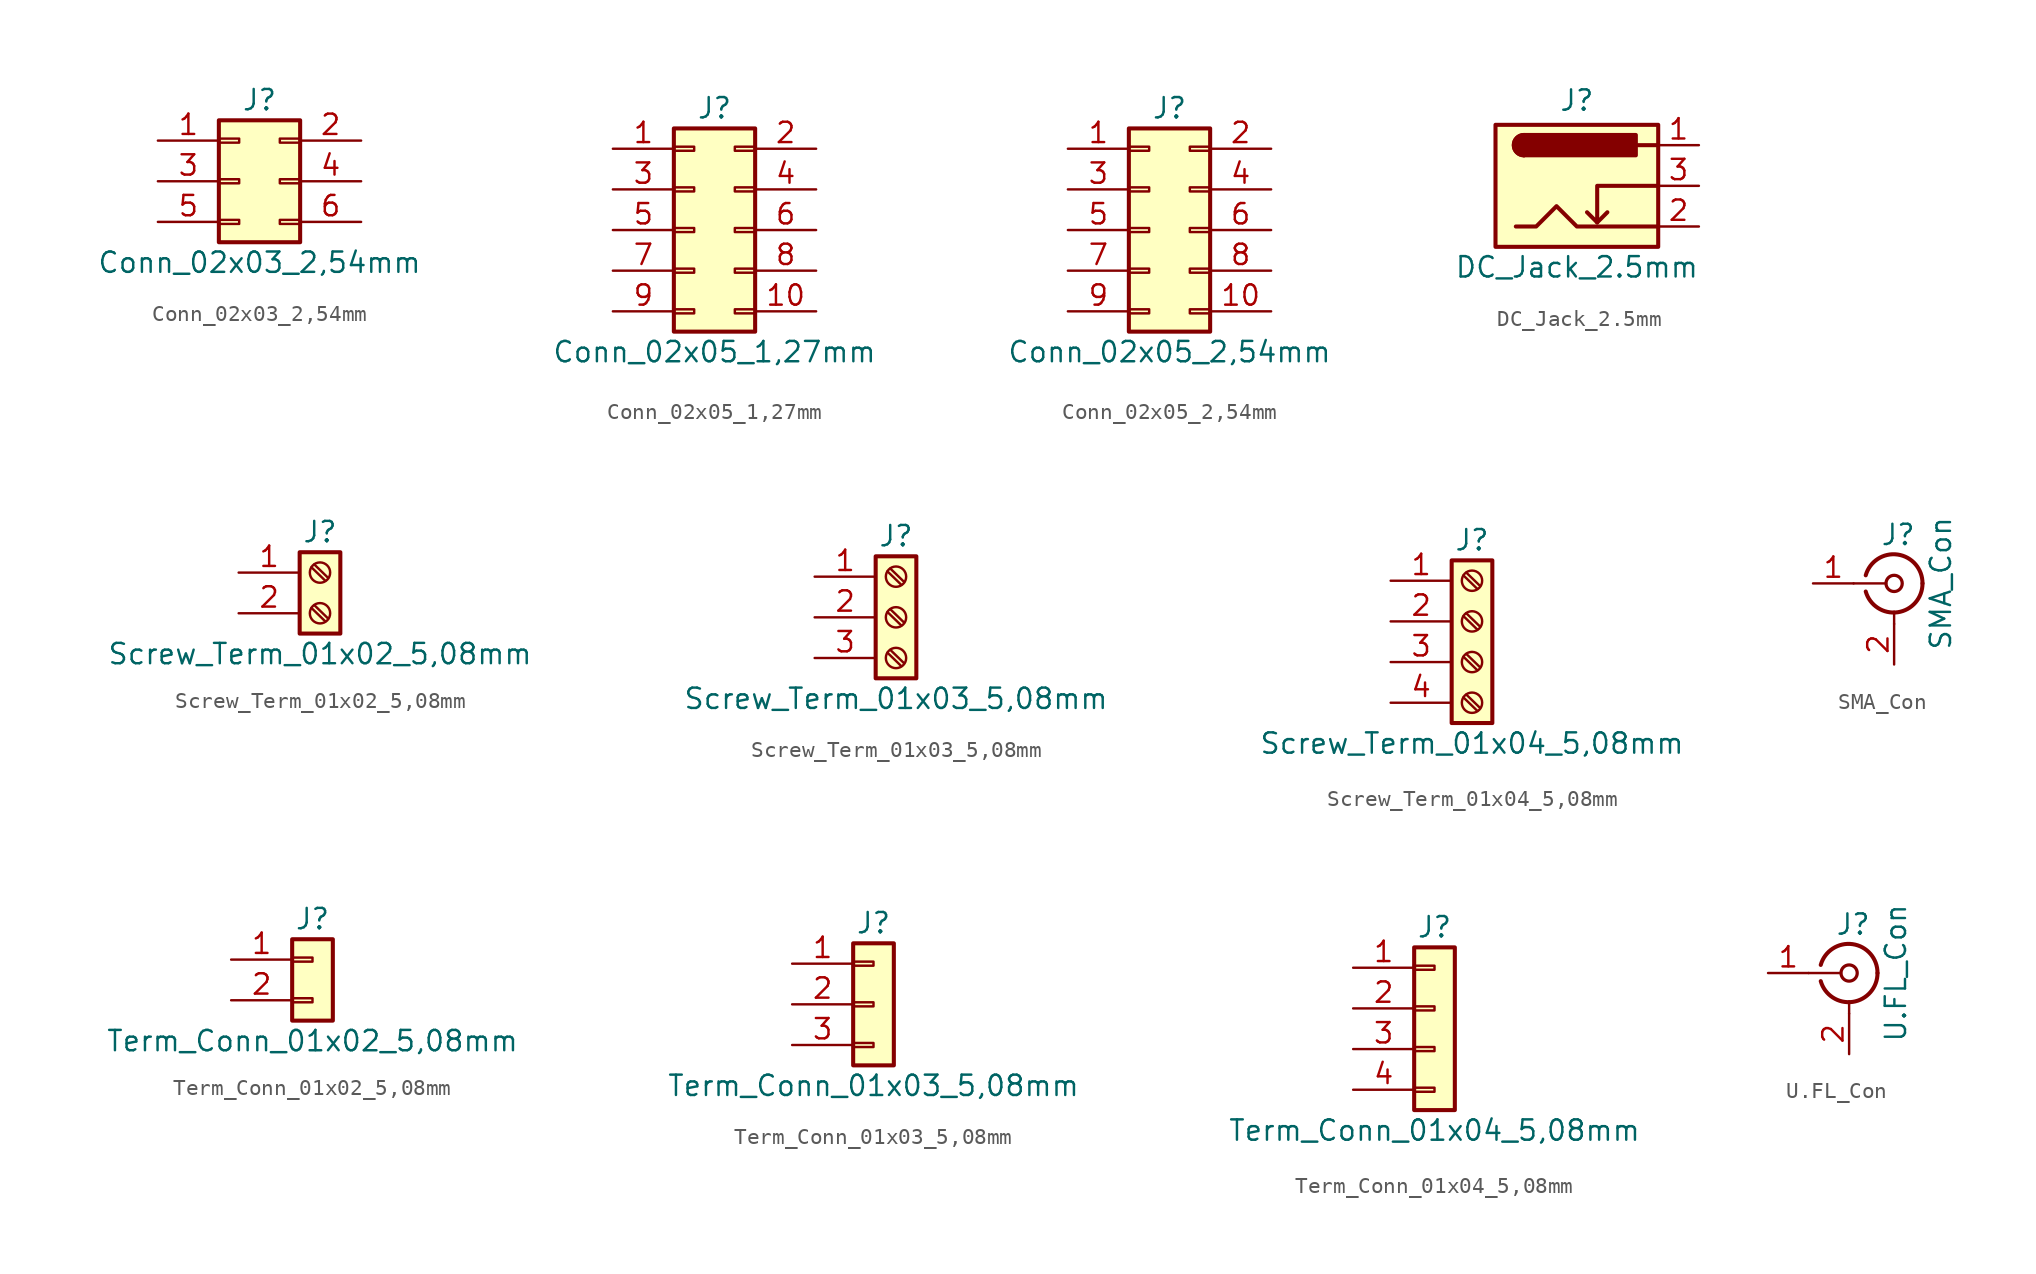
<source format=kicad_sym>
(kicad_symbol_lib
  (version 20211014)
  (generator kicad_symbol_editor)
  (symbol "Conn_02x03_2,54mm"
    (pin_names
      (offset 1.016) hide)
    (property "Reference" "J"
      (at 1.27 5.08 0)
      (effects (font (size 1.27 1.27))))
    (property "Value" "Conn_02x03_2,54mm"
      (at 1.27 -5.08 0)
      (effects (font (size 1.27 1.27))))
    (symbol "Conn_02x03_2,54mm_1_1"
      (rectangle (start -1.27 -2.413) (end 0 -2.667) (stroke (width 0.152) (type default) (color 0 0 0 0)) (fill (type none)))
      (rectangle (start -1.27 0.127) (end 0 -0.127) (stroke (width 0.152) (type default) (color 0 0 0 0)) (fill (type none)))
      (rectangle (start -1.27 2.667) (end 0 2.413) (stroke (width 0.152) (type default) (color 0 0 0 0)) (fill (type none)))
      (rectangle (start -1.27 3.81) (end 3.81 -3.81) (stroke (width 0.254) (type default) (color 0 0 0 0)) (fill (type background)))
      (rectangle (start 3.81 -2.413) (end 2.54 -2.667) (stroke (width 0.152) (type default) (color 0 0 0 0)) (fill (type none)))
      (rectangle (start 3.81 0.127) (end 2.54 -0.127) (stroke (width 0.152) (type default) (color 0 0 0 0)) (fill (type none)))
      (rectangle (start 3.81 2.667) (end 2.54 2.413) (stroke (width 0.152) (type default) (color 0 0 0 0)) (fill (type none)))
      (pin passive line (at -5.08 2.54 0) (length 3.81) (name "Pin_1" (effects (font (size 1.27 1.27)))) (number "1" (effects (font (size 1.27 1.27)))))
      (pin passive line (at 7.62 2.54 180) (length 3.81) (name "Pin_2" (effects (font (size 1.27 1.27)))) (number "2" (effects (font (size 1.27 1.27)))))
      (pin passive line (at -5.08 0 0) (length 3.81) (name "Pin_3" (effects (font (size 1.27 1.27)))) (number "3" (effects (font (size 1.27 1.27)))))
      (pin passive line (at 7.62 0 180) (length 3.81) (name "Pin_4" (effects (font (size 1.27 1.27)))) (number "4" (effects (font (size 1.27 1.27)))))
      (pin passive line (at -5.08 -2.54 0) (length 3.81) (name "Pin_5" (effects (font (size 1.27 1.27)))) (number "5" (effects (font (size 1.27 1.27)))))
      (pin passive line (at 7.62 -2.54 180) (length 3.81) (name "Pin_6" (effects (font (size 1.27 1.27)))) (number "6" (effects (font (size 1.27 1.27)))))))
  (symbol "Conn_02x05_1,27mm"
    (pin_names
      (offset 1.016) hide)
    (property "Reference" "J"
      (at 1.27 7.62 0)
      (effects (font (size 1.27 1.27))))
    (property "Value" "Conn_02x05_1,27mm"
      (at 1.27 -7.62 0)
      (effects (font (size 1.27 1.27))))
    (symbol "Conn_02x05_1,27mm_1_1"
      (rectangle (start -1.27 -4.953) (end 0 -5.207) (stroke (width 0.152) (type default) (color 0 0 0 0)) (fill (type none)))
      (rectangle (start -1.27 -2.413) (end 0 -2.667) (stroke (width 0.152) (type default) (color 0 0 0 0)) (fill (type none)))
      (rectangle (start -1.27 0.127) (end 0 -0.127) (stroke (width 0.152) (type default) (color 0 0 0 0)) (fill (type none)))
      (rectangle (start -1.27 2.667) (end 0 2.413) (stroke (width 0.152) (type default) (color 0 0 0 0)) (fill (type none)))
      (rectangle (start -1.27 5.207) (end 0 4.953) (stroke (width 0.152) (type default) (color 0 0 0 0)) (fill (type none)))
      (rectangle (start -1.27 6.35) (end 3.81 -6.35) (stroke (width 0.254) (type default) (color 0 0 0 0)) (fill (type background)))
      (rectangle (start 3.81 -4.953) (end 2.54 -5.207) (stroke (width 0.152) (type default) (color 0 0 0 0)) (fill (type none)))
      (rectangle (start 3.81 -2.413) (end 2.54 -2.667) (stroke (width 0.152) (type default) (color 0 0 0 0)) (fill (type none)))
      (rectangle (start 3.81 0.127) (end 2.54 -0.127) (stroke (width 0.152) (type default) (color 0 0 0 0)) (fill (type none)))
      (rectangle (start 3.81 2.667) (end 2.54 2.413) (stroke (width 0.152) (type default) (color 0 0 0 0)) (fill (type none)))
      (rectangle (start 3.81 5.207) (end 2.54 4.953) (stroke (width 0.152) (type default) (color 0 0 0 0)) (fill (type none)))
      (pin passive line (at -5.08 5.08 0) (length 3.81) (name "Pin_1" (effects (font (size 1.27 1.27)))) (number "1" (effects (font (size 1.27 1.27)))))
      (pin passive line (at 7.62 -5.08 180) (length 3.81) (name "Pin_10" (effects (font (size 1.27 1.27)))) (number "10" (effects (font (size 1.27 1.27)))))
      (pin passive line (at 7.62 5.08 180) (length 3.81) (name "Pin_2" (effects (font (size 1.27 1.27)))) (number "2" (effects (font (size 1.27 1.27)))))
      (pin passive line (at -5.08 2.54 0) (length 3.81) (name "Pin_3" (effects (font (size 1.27 1.27)))) (number "3" (effects (font (size 1.27 1.27)))))
      (pin passive line (at 7.62 2.54 180) (length 3.81) (name "Pin_4" (effects (font (size 1.27 1.27)))) (number "4" (effects (font (size 1.27 1.27)))))
      (pin passive line (at -5.08 0 0) (length 3.81) (name "Pin_5" (effects (font (size 1.27 1.27)))) (number "5" (effects (font (size 1.27 1.27)))))
      (pin passive line (at 7.62 0 180) (length 3.81) (name "Pin_6" (effects (font (size 1.27 1.27)))) (number "6" (effects (font (size 1.27 1.27)))))
      (pin passive line (at -5.08 -2.54 0) (length 3.81) (name "Pin_7" (effects (font (size 1.27 1.27)))) (number "7" (effects (font (size 1.27 1.27)))))
      (pin passive line (at 7.62 -2.54 180) (length 3.81) (name "Pin_8" (effects (font (size 1.27 1.27)))) (number "8" (effects (font (size 1.27 1.27)))))
      (pin passive line (at -5.08 -5.08 0) (length 3.81) (name "Pin_9" (effects (font (size 1.27 1.27)))) (number "9" (effects (font (size 1.27 1.27)))))))
  (symbol "Conn_02x05_2,54mm"
    (pin_names
      (offset 1.016) hide)
    (property "Reference" "J"
      (at 1.27 7.62 0)
      (effects (font (size 1.27 1.27))))
    (property "Value" "Conn_02x05_2,54mm"
      (at 1.27 -7.62 0)
      (effects (font (size 1.27 1.27))))
    (symbol "Conn_02x05_2,54mm_1_1"
      (rectangle (start -1.27 -4.953) (end 0 -5.207) (stroke (width 0.152) (type default) (color 0 0 0 0)) (fill (type none)))
      (rectangle (start -1.27 -2.413) (end 0 -2.667) (stroke (width 0.152) (type default) (color 0 0 0 0)) (fill (type none)))
      (rectangle (start -1.27 0.127) (end 0 -0.127) (stroke (width 0.152) (type default) (color 0 0 0 0)) (fill (type none)))
      (rectangle (start -1.27 2.667) (end 0 2.413) (stroke (width 0.152) (type default) (color 0 0 0 0)) (fill (type none)))
      (rectangle (start -1.27 5.207) (end 0 4.953) (stroke (width 0.152) (type default) (color 0 0 0 0)) (fill (type none)))
      (rectangle (start -1.27 6.35) (end 3.81 -6.35) (stroke (width 0.254) (type default) (color 0 0 0 0)) (fill (type background)))
      (rectangle (start 3.81 -4.953) (end 2.54 -5.207) (stroke (width 0.152) (type default) (color 0 0 0 0)) (fill (type none)))
      (rectangle (start 3.81 -2.413) (end 2.54 -2.667) (stroke (width 0.152) (type default) (color 0 0 0 0)) (fill (type none)))
      (rectangle (start 3.81 0.127) (end 2.54 -0.127) (stroke (width 0.152) (type default) (color 0 0 0 0)) (fill (type none)))
      (rectangle (start 3.81 2.667) (end 2.54 2.413) (stroke (width 0.152) (type default) (color 0 0 0 0)) (fill (type none)))
      (rectangle (start 3.81 5.207) (end 2.54 4.953) (stroke (width 0.152) (type default) (color 0 0 0 0)) (fill (type none)))
      (pin passive line (at -5.08 5.08 0) (length 3.81) (name "Pin_1" (effects (font (size 1.27 1.27)))) (number "1" (effects (font (size 1.27 1.27)))))
      (pin passive line (at 7.62 -5.08 180) (length 3.81) (name "Pin_10" (effects (font (size 1.27 1.27)))) (number "10" (effects (font (size 1.27 1.27)))))
      (pin passive line (at 7.62 5.08 180) (length 3.81) (name "Pin_2" (effects (font (size 1.27 1.27)))) (number "2" (effects (font (size 1.27 1.27)))))
      (pin passive line (at -5.08 2.54 0) (length 3.81) (name "Pin_3" (effects (font (size 1.27 1.27)))) (number "3" (effects (font (size 1.27 1.27)))))
      (pin passive line (at 7.62 2.54 180) (length 3.81) (name "Pin_4" (effects (font (size 1.27 1.27)))) (number "4" (effects (font (size 1.27 1.27)))))
      (pin passive line (at -5.08 0 0) (length 3.81) (name "Pin_5" (effects (font (size 1.27 1.27)))) (number "5" (effects (font (size 1.27 1.27)))))
      (pin passive line (at 7.62 0 180) (length 3.81) (name "Pin_6" (effects (font (size 1.27 1.27)))) (number "6" (effects (font (size 1.27 1.27)))))
      (pin passive line (at -5.08 -2.54 0) (length 3.81) (name "Pin_7" (effects (font (size 1.27 1.27)))) (number "7" (effects (font (size 1.27 1.27)))))
      (pin passive line (at 7.62 -2.54 180) (length 3.81) (name "Pin_8" (effects (font (size 1.27 1.27)))) (number "8" (effects (font (size 1.27 1.27)))))
      (pin passive line (at -5.08 -5.08 0) (length 3.81) (name "Pin_9" (effects (font (size 1.27 1.27)))) (number "9" (effects (font (size 1.27 1.27)))))))
  (symbol "DC_Jack_2.5mm"
    (pin_names hide)
    (property "Reference" "J"
      (at 0 5.334 0)
      (effects (font (size 1.27 1.27))))
    (property "Value" "DC_Jack_2.5mm"
      (at 0 -5.08 0)
      (effects (font (size 1.27 1.27))))
    (symbol "DC_Jack_2.5mm_0_1"
      (rectangle (start -5.08 3.81) (end 5.08 -3.81) (stroke (width 0.254) (type default) (color 0 0 0 0)) (fill (type background)))
      (arc (start -3.302 3.175) (mid -3.937 2.54) (end -3.302 1.905) (stroke (width 0.254) (type default) (color 0 0 0 0)) (fill (type none)))
      (arc (start -3.302 3.175) (mid -3.937 2.54) (end -3.302 1.905) (stroke (width 0.254) (type default) (color 0 0 0 0)) (fill (type outline)))
      (polyline (pts (xy 1.27 -2.286) (xy 1.905 -1.651)) (stroke (width 0.254) (type default) (color 0 0 0 0)) (fill (type none)))
      (polyline (pts (xy 5.08 2.54) (xy 3.81 2.54)) (stroke (width 0.254) (type default) (color 0 0 0 0)) (fill (type none)))
      (polyline (pts (xy 5.08 0) (xy 1.27 0) (xy 1.27 -2.286) (xy 0.635 -1.651)) (stroke (width 0.254) (type default) (color 0 0 0 0)) (fill (type none)))
      (polyline (pts (xy -3.81 -2.54) (xy -2.54 -2.54) (xy -1.27 -1.27) (xy 0 -2.54) (xy 2.54 -2.54) (xy 5.08 -2.54)) (stroke (width 0.254) (type default) (color 0 0 0 0)) (fill (type none)))
      (rectangle (start 3.683 3.175) (end -3.302 1.905) (stroke (width 0.254) (type default) (color 0 0 0 0)) (fill (type outline))))
    (symbol "DC_Jack_2.5mm_1_1"
      (pin passive line (at 7.62 2.54 180) (length 2.54) (name "~" (effects (font (size 1.27 1.27)))) (number "1" (effects (font (size 1.27 1.27)))))
      (pin passive line (at 7.62 -2.54 180) (length 2.54) (name "~" (effects (font (size 1.27 1.27)))) (number "2" (effects (font (size 1.27 1.27)))))
      (pin passive line (at 7.62 0 180) (length 2.54) (name "~" (effects (font (size 1.27 1.27)))) (number "3" (effects (font (size 1.27 1.27)))))))
  (symbol "Screw_Term_01x02_5,08mm"
    (pin_names
      (offset 1.016) hide)
    (property "Reference" "J"
      (at 0 2.54 0)
      (effects (font (size 1.27 1.27))))
    (property "Value" "Screw_Term_01x02_5,08mm"
      (at 0 -5.08 0)
      (effects (font (size 1.27 1.27))))
    (symbol "Screw_Term_01x02_5,08mm_1_1"
      (rectangle (start -1.27 1.27) (end 1.27 -3.81) (stroke (width 0.254) (type default) (color 0 0 0 0)) (fill (type background)))
      (circle (center 0 -2.54) (radius 0.635) (stroke (width 0.152) (type default) (color 0 0 0 0)) (fill (type none)))
      (polyline (pts (xy -0.533 -2.21) (xy 0.33 -3.048)) (stroke (width 0.152) (type default) (color 0 0 0 0)) (fill (type none)))
      (polyline (pts (xy -0.533 0.33) (xy 0.33 -0.508)) (stroke (width 0.152) (type default) (color 0 0 0 0)) (fill (type none)))
      (polyline (pts (xy -0.356 -2.032) (xy 0.508 -2.87)) (stroke (width 0.152) (type default) (color 0 0 0 0)) (fill (type none)))
      (polyline (pts (xy -0.356 0.508) (xy 0.508 -0.33)) (stroke (width 0.152) (type default) (color 0 0 0 0)) (fill (type none)))
      (circle (center 0 0) (radius 0.635) (stroke (width 0.152) (type default) (color 0 0 0 0)) (fill (type none)))
      (pin passive line (at -5.08 0 0) (length 3.81) (name "Pin_1" (effects (font (size 1.27 1.27)))) (number "1" (effects (font (size 1.27 1.27)))))
      (pin passive line (at -5.08 -2.54 0) (length 3.81) (name "Pin_2" (effects (font (size 1.27 1.27)))) (number "2" (effects (font (size 1.27 1.27)))))))
  (symbol "Screw_Term_01x03_5,08mm"
    (pin_names
      (offset 1.016) hide)
    (property "Reference" "J"
      (at 0 5.08 0)
      (effects (font (size 1.27 1.27))))
    (property "Value" "Screw_Term_01x03_5,08mm"
      (at 0 -5.08 0)
      (effects (font (size 1.27 1.27))))
    (symbol "Screw_Term_01x03_5,08mm_1_1"
      (rectangle (start -1.27 3.81) (end 1.27 -3.81) (stroke (width 0.254) (type default) (color 0 0 0 0)) (fill (type background)))
      (circle (center 0 -2.54) (radius 0.635) (stroke (width 0.152) (type default) (color 0 0 0 0)) (fill (type none)))
      (polyline (pts (xy -0.533 -2.21) (xy 0.33 -3.048)) (stroke (width 0.152) (type default) (color 0 0 0 0)) (fill (type none)))
      (polyline (pts (xy -0.533 0.33) (xy 0.33 -0.508)) (stroke (width 0.152) (type default) (color 0 0 0 0)) (fill (type none)))
      (polyline (pts (xy -0.533 2.87) (xy 0.33 2.032)) (stroke (width 0.152) (type default) (color 0 0 0 0)) (fill (type none)))
      (polyline (pts (xy -0.356 -2.032) (xy 0.508 -2.87)) (stroke (width 0.152) (type default) (color 0 0 0 0)) (fill (type none)))
      (polyline (pts (xy -0.356 0.508) (xy 0.508 -0.33)) (stroke (width 0.152) (type default) (color 0 0 0 0)) (fill (type none)))
      (polyline (pts (xy -0.356 3.048) (xy 0.508 2.21)) (stroke (width 0.152) (type default) (color 0 0 0 0)) (fill (type none)))
      (circle (center 0 0) (radius 0.635) (stroke (width 0.152) (type default) (color 0 0 0 0)) (fill (type none)))
      (circle (center 0 2.54) (radius 0.635) (stroke (width 0.152) (type default) (color 0 0 0 0)) (fill (type none)))
      (pin passive line (at -5.08 2.54 0) (length 3.81) (name "Pin_1" (effects (font (size 1.27 1.27)))) (number "1" (effects (font (size 1.27 1.27)))))
      (pin passive line (at -5.08 0 0) (length 3.81) (name "Pin_2" (effects (font (size 1.27 1.27)))) (number "2" (effects (font (size 1.27 1.27)))))
      (pin passive line (at -5.08 -2.54 0) (length 3.81) (name "Pin_3" (effects (font (size 1.27 1.27)))) (number "3" (effects (font (size 1.27 1.27)))))))
  (symbol "Screw_Term_01x04_5,08mm"
    (pin_names
      (offset 1.016) hide)
    (property "Reference" "J"
      (at 0 5.08 0)
      (effects (font (size 1.27 1.27))))
    (property "Value" "Screw_Term_01x04_5,08mm"
      (at 0 -7.62 0)
      (effects (font (size 1.27 1.27))))
    (symbol "Screw_Term_01x04_5,08mm_1_1"
      (rectangle (start -1.27 3.81) (end 1.27 -6.35) (stroke (width 0.254) (type default) (color 0 0 0 0)) (fill (type background)))
      (circle (center 0 -5.08) (radius 0.635) (stroke (width 0.152) (type default) (color 0 0 0 0)) (fill (type none)))
      (circle (center 0 -2.54) (radius 0.635) (stroke (width 0.152) (type default) (color 0 0 0 0)) (fill (type none)))
      (polyline (pts (xy -0.533 -4.75) (xy 0.33 -5.588)) (stroke (width 0.152) (type default) (color 0 0 0 0)) (fill (type none)))
      (polyline (pts (xy -0.533 -2.21) (xy 0.33 -3.048)) (stroke (width 0.152) (type default) (color 0 0 0 0)) (fill (type none)))
      (polyline (pts (xy -0.533 0.33) (xy 0.33 -0.508)) (stroke (width 0.152) (type default) (color 0 0 0 0)) (fill (type none)))
      (polyline (pts (xy -0.533 2.87) (xy 0.33 2.032)) (stroke (width 0.152) (type default) (color 0 0 0 0)) (fill (type none)))
      (polyline (pts (xy -0.356 -4.572) (xy 0.508 -5.41)) (stroke (width 0.152) (type default) (color 0 0 0 0)) (fill (type none)))
      (polyline (pts (xy -0.356 -2.032) (xy 0.508 -2.87)) (stroke (width 0.152) (type default) (color 0 0 0 0)) (fill (type none)))
      (polyline (pts (xy -0.356 0.508) (xy 0.508 -0.33)) (stroke (width 0.152) (type default) (color 0 0 0 0)) (fill (type none)))
      (polyline (pts (xy -0.356 3.048) (xy 0.508 2.21)) (stroke (width 0.152) (type default) (color 0 0 0 0)) (fill (type none)))
      (circle (center 0 0) (radius 0.635) (stroke (width 0.152) (type default) (color 0 0 0 0)) (fill (type none)))
      (circle (center 0 2.54) (radius 0.635) (stroke (width 0.152) (type default) (color 0 0 0 0)) (fill (type none)))
      (pin passive line (at -5.08 2.54 0) (length 3.81) (name "Pin_1" (effects (font (size 1.27 1.27)))) (number "1" (effects (font (size 1.27 1.27)))))
      (pin passive line (at -5.08 0 0) (length 3.81) (name "Pin_2" (effects (font (size 1.27 1.27)))) (number "2" (effects (font (size 1.27 1.27)))))
      (pin passive line (at -5.08 -2.54 0) (length 3.81) (name "Pin_3" (effects (font (size 1.27 1.27)))) (number "3" (effects (font (size 1.27 1.27)))))
      (pin passive line (at -5.08 -5.08 0) (length 3.81) (name "Pin_4" (effects (font (size 1.27 1.27)))) (number "4" (effects (font (size 1.27 1.27)))))))
  (symbol "SMA_Con"
    (pin_names
      (offset 1.016) hide)
    (property "Reference" "J"
      (at 0.254 3.048 0)
      (effects (font (size 1.27 1.27))))
    (property "Value" "SMA_Con"
      (at 2.921 0 90)
      (effects (font (size 1.27 1.27))))
    (symbol "SMA_Con_0_1"
      (arc (start -1.778 -0.508) (mid 0.2311 -1.8066) (end 1.778 0) (stroke (width 0.254) (type default) (color 0 0 0 0)) (fill (type none)))
      (polyline (pts (xy -2.54 0) (xy -0.508 0)) (stroke (width 0) (type default) (color 0 0 0 0)) (fill (type none)))
      (polyline (pts (xy 0 -2.54) (xy 0 -1.778)) (stroke (width 0) (type default) (color 0 0 0 0)) (fill (type none)))
      (circle (center 0 0) (radius 0.508) (stroke (width 0.203) (type default) (color 0 0 0 0)) (fill (type none)))
      (arc (start 1.778 0) (mid 0.2099 1.8101) (end -1.778 0.508) (stroke (width 0.254) (type default) (color 0 0 0 0)) (fill (type none))))
    (symbol "SMA_Con_1_1"
      (pin passive line (at -5.08 0 0) (length 2.54) (name "In" (effects (font (size 1.27 1.27)))) (number "1" (effects (font (size 1.27 1.27)))))
      (pin passive line (at 0 -5.08 90) (length 2.54) (name "Ext" (effects (font (size 1.27 1.27)))) (number "2" (effects (font (size 1.27 1.27)))))))
  (symbol "Term_Conn_01x02_5,08mm"
    (pin_names
      (offset 1.016) hide)
    (property "Reference" "J"
      (at 0 2.54 0)
      (effects (font (size 1.27 1.27))))
    (property "Value" "Term_Conn_01x02_5,08mm"
      (at 0 -5.08 0)
      (effects (font (size 1.27 1.27))))
    (symbol "Term_Conn_01x02_5,08mm_1_1"
      (rectangle (start -1.27 -2.413) (end 0 -2.667) (stroke (width 0.152) (type default) (color 0 0 0 0)) (fill (type none)))
      (rectangle (start -1.27 0.127) (end 0 -0.127) (stroke (width 0.152) (type default) (color 0 0 0 0)) (fill (type none)))
      (rectangle (start -1.27 1.27) (end 1.27 -3.81) (stroke (width 0.254) (type default) (color 0 0 0 0)) (fill (type background)))
      (pin passive line (at -5.08 0 0) (length 3.81) (name "Pin_1" (effects (font (size 1.27 1.27)))) (number "1" (effects (font (size 1.27 1.27)))))
      (pin passive line (at -5.08 -2.54 0) (length 3.81) (name "Pin_2" (effects (font (size 1.27 1.27)))) (number "2" (effects (font (size 1.27 1.27)))))))
  (symbol "Term_Conn_01x03_5,08mm"
    (pin_names
      (offset 1.016) hide)
    (property "Reference" "J"
      (at 0 5.08 0)
      (effects (font (size 1.27 1.27))))
    (property "Value" "Term_Conn_01x03_5,08mm"
      (at 0 -5.08 0)
      (effects (font (size 1.27 1.27))))
    (symbol "Term_Conn_01x03_5,08mm_1_1"
      (rectangle (start -1.27 -2.413) (end 0 -2.667) (stroke (width 0.152) (type default) (color 0 0 0 0)) (fill (type none)))
      (rectangle (start -1.27 0.127) (end 0 -0.127) (stroke (width 0.152) (type default) (color 0 0 0 0)) (fill (type none)))
      (rectangle (start -1.27 2.667) (end 0 2.413) (stroke (width 0.152) (type default) (color 0 0 0 0)) (fill (type none)))
      (rectangle (start -1.27 3.81) (end 1.27 -3.81) (stroke (width 0.254) (type default) (color 0 0 0 0)) (fill (type background)))
      (pin passive line (at -5.08 2.54 0) (length 3.81) (name "Pin_1" (effects (font (size 1.27 1.27)))) (number "1" (effects (font (size 1.27 1.27)))))
      (pin passive line (at -5.08 0 0) (length 3.81) (name "Pin_2" (effects (font (size 1.27 1.27)))) (number "2" (effects (font (size 1.27 1.27)))))
      (pin passive line (at -5.08 -2.54 0) (length 3.81) (name "Pin_3" (effects (font (size 1.27 1.27)))) (number "3" (effects (font (size 1.27 1.27)))))))
  (symbol "Term_Conn_01x04_5,08mm"
    (pin_names
      (offset 1.016) hide)
    (property "Reference" "J"
      (at 0 5.08 0)
      (effects (font (size 1.27 1.27))))
    (property "Value" "Term_Conn_01x04_5,08mm"
      (at 0 -7.62 0)
      (effects (font (size 1.27 1.27))))
    (symbol "Term_Conn_01x04_5,08mm_1_1"
      (rectangle (start -1.27 -4.953) (end 0 -5.207) (stroke (width 0.152) (type default) (color 0 0 0 0)) (fill (type none)))
      (rectangle (start -1.27 -2.413) (end 0 -2.667) (stroke (width 0.152) (type default) (color 0 0 0 0)) (fill (type none)))
      (rectangle (start -1.27 0.127) (end 0 -0.127) (stroke (width 0.152) (type default) (color 0 0 0 0)) (fill (type none)))
      (rectangle (start -1.27 2.667) (end 0 2.413) (stroke (width 0.152) (type default) (color 0 0 0 0)) (fill (type none)))
      (rectangle (start -1.27 3.81) (end 1.27 -6.35) (stroke (width 0.254) (type default) (color 0 0 0 0)) (fill (type background)))
      (pin passive line (at -5.08 2.54 0) (length 3.81) (name "Pin_1" (effects (font (size 1.27 1.27)))) (number "1" (effects (font (size 1.27 1.27)))))
      (pin passive line (at -5.08 0 0) (length 3.81) (name "Pin_2" (effects (font (size 1.27 1.27)))) (number "2" (effects (font (size 1.27 1.27)))))
      (pin passive line (at -5.08 -2.54 0) (length 3.81) (name "Pin_3" (effects (font (size 1.27 1.27)))) (number "3" (effects (font (size 1.27 1.27)))))
      (pin passive line (at -5.08 -5.08 0) (length 3.81) (name "Pin_4" (effects (font (size 1.27 1.27)))) (number "4" (effects (font (size 1.27 1.27)))))))
  (symbol "U.FL_Con"
    (pin_names
      (offset 1.016) hide)
    (property "Reference" "J"
      (at 0.254 3.048 0)
      (effects (font (size 1.27 1.27))))
    (property "Value" "U.FL_Con"
      (at 2.921 0 90)
      (effects (font (size 1.27 1.27))))
    (symbol "U.FL_Con_0_1"
      (arc (start -1.778 -0.508) (mid 0.2311 -1.8066) (end 1.778 0) (stroke (width 0.254) (type default) (color 0 0 0 0)) (fill (type none)))
      (polyline (pts (xy -2.54 0) (xy -0.508 0)) (stroke (width 0) (type default) (color 0 0 0 0)) (fill (type none)))
      (polyline (pts (xy 0 -2.54) (xy 0 -1.778)) (stroke (width 0) (type default) (color 0 0 0 0)) (fill (type none)))
      (circle (center 0 0) (radius 0.508) (stroke (width 0.203) (type default) (color 0 0 0 0)) (fill (type none)))
      (arc (start 1.778 0) (mid 0.2099 1.8101) (end -1.778 0.508) (stroke (width 0.254) (type default) (color 0 0 0 0)) (fill (type none))))
    (symbol "U.FL_Con_1_1"
      (pin passive line (at -5.08 0 0) (length 2.54) (name "In" (effects (font (size 1.27 1.27)))) (number "1" (effects (font (size 1.27 1.27)))))
      (pin passive line (at 0 -5.08 90) (length 2.54) (name "Ext" (effects (font (size 1.27 1.27)))) (number "2" (effects (font (size 1.27 1.27))))))))
</source>
